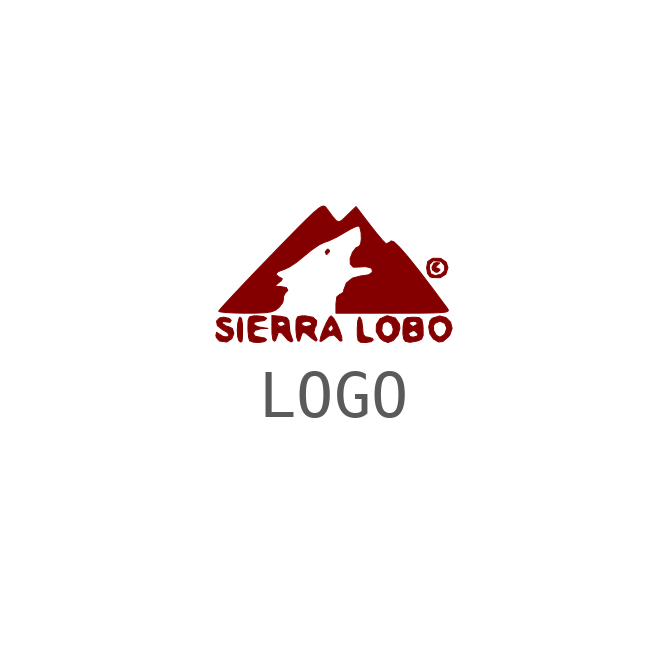
<source format=kicad_sym>
(kicad_symbol_lib
  (version 20210619)
  (generator bitmap2component)
  (symbol "LOGO"
    (pin_names
      (offset 1.016))
    (property "Reference" "#G"
      (at 0 0.81 0)
      (effects (font (size 1.27 1.27)) hide))
    (symbol "LOGO_0_0"
      (polyline (pts (xy -2.113 -1.418) (xy -2.071 -1.31) (xy -2.101 -1.21) (xy -2.19 -1.167) (xy -2.226 -1.162) (xy -2.312 -1.103) (xy -2.314 -1.063) (xy -2.229 -1.071) (xy -2.15 -1.08) (xy -2.127 -1.038) (xy -2.171 -0.997) (xy -2.283 -0.973) (xy -2.367 -0.988) (xy -2.433 -1.055) (xy -2.415 -1.147) (xy -2.311 -1.231) (xy -2.212 -1.288) (xy -2.168 -1.343) (xy -2.201 -1.384) (xy -2.287 -1.378) (xy -2.379 -1.323) (xy -2.43 -1.288) (xy -2.446 -1.346) (xy -2.438 -1.391) (xy -2.376 -1.464) (xy -2.355 -1.472) (xy -2.217 -1.49) (xy -2.113 -1.418)) (stroke (width 0.01)) (fill (type outline)))
      (polyline (pts (xy -1.904 -1.48) (xy -1.892 -1.395) (xy -1.89 -1.22) (xy -1.892 -1.124) (xy -1.911 -1) (xy -1.945 -0.973) (xy -1.961 -0.992) (xy -1.989 -1.095) (xy -2 -1.241) (xy -1.992 -1.38) (xy -1.964 -1.464) (xy -1.931 -1.491) (xy -1.904 -1.48)) (stroke (width 0.01)) (fill (type outline)))
      (polyline (pts (xy -1.436 -1.482) (xy -1.389 -1.445) (xy -1.424 -1.409) (xy -1.528 -1.389) (xy -1.625 -1.371) (xy -1.67 -1.313) (xy -1.632 -1.249) (xy -1.514 -1.214) (xy -1.362 -1.206) (xy -1.514 -1.183) (xy -1.581 -1.168) (xy -1.659 -1.122) (xy -1.642 -1.077) (xy -1.528 -1.056) (xy -1.437 -1.042) (xy -1.389 -1) (xy -1.391 -0.993) (xy -1.455 -0.959) (xy -1.584 -0.945) (xy -1.662 -0.946) (xy -1.743 -0.966) (xy -1.774 -1.036) (xy -1.778 -1.186) (xy -1.777 -1.248) (xy -1.764 -1.39) (xy -1.742 -1.464) (xy -1.741 -1.464) (xy -1.661 -1.494) (xy -1.543 -1.499) (xy -1.436 -1.482)) (stroke (width 0.01)) (fill (type outline)))
      (polyline (pts (xy -0.841 -1.464) (xy -0.87 -1.379) (xy -0.902 -1.284) (xy -0.917 -1.139) (xy -0.924 -1.045) (xy -0.972 -0.98) (xy -1.098 -0.955) (xy -1.278 -0.938) (xy -1.278 -1.112) (xy -1.167 -1.112) (xy -1.158 -1.086) (xy -1.084 -1.056) (xy -1.045 -1.062) (xy -1 -1.112) (xy -1.01 -1.137) (xy -1.084 -1.167) (xy -1.122 -1.161) (xy -1.167 -1.112) (xy -1.278 -1.112) (xy -1.278 -1.222) (xy -1.276 -1.321) (xy -1.257 -1.445) (xy -1.223 -1.473) (xy -1.201 -1.453) (xy -1.167 -1.359) (xy -1.142 -1.286) (xy -1.076 -1.302) (xy -0.986 -1.403) (xy -0.949 -1.448) (xy -0.878 -1.489) (xy -0.841 -1.464)) (stroke (width 0.01)) (fill (type outline)))
      (polyline (pts (xy -0.335 -1.444) (xy -0.387 -1.336) (xy -0.406 -1.291) (xy -0.38 -1.184) (xy -0.357 -1.151) (xy -0.345 -1.048) (xy -0.424 -0.974) (xy -0.582 -0.945) (xy -0.661 -0.946) (xy -0.743 -0.966) (xy -0.773 -1.036) (xy -0.776 -1.112) (xy -0.667 -1.112) (xy -0.646 -1.079) (xy -0.556 -1.056) (xy -0.491 -1.067) (xy -0.445 -1.112) (xy -0.465 -1.144) (xy -0.556 -1.167) (xy -0.62 -1.157) (xy -0.667 -1.112) (xy -0.776 -1.112) (xy -0.778 -1.186) (xy -0.777 -1.247) (xy -0.762 -1.391) (xy -0.736 -1.469) (xy -0.706 -1.47) (xy -0.677 -1.395) (xy -0.671 -1.363) (xy -0.64 -1.291) (xy -0.577 -1.303) (xy -0.462 -1.399) (xy -0.448 -1.412) (xy -0.359 -1.472) (xy -0.335 -1.444)) (stroke (width 0.01)) (fill (type outline)))
      (polyline (pts (xy -0.176 -1.426) (xy -0.095 -1.365) (xy 0.016 -1.343) (xy 0.101 -1.425) (xy 0.135 -1.468) (xy 0.18 -1.466) (xy 0.181 -1.463) (xy 0.175 -1.381) (xy 0.133 -1.249) (xy 0.071 -1.106) (xy 0.005 -0.992) (xy -0.046 -0.945) (xy -0.083 -0.981) (xy -0.143 -1.089) (xy -0.204 -1.226) (xy -0.111 -1.226) (xy -0.109 -1.21) (xy -0.056 -1.139) (xy -0.027 -1.134) (xy 0 -1.192) (xy -0.007 -1.233) (xy -0.056 -1.278) (xy -0.069 -1.277) (xy -0.111 -1.226) (xy -0.204 -1.226) (xy -0.207 -1.232) (xy -0.257 -1.371) (xy -0.278 -1.47) (xy -0.252 -1.478) (xy -0.176 -1.426)) (stroke (width 0.01)) (fill (type outline)))
      (polyline (pts (xy 0.785 -1.484) (xy 0.834 -1.445) (xy 0.813 -1.413) (xy 0.723 -1.389) (xy 0.674 -1.384) (xy 0.624 -1.331) (xy 0.611 -1.198) (xy 0.611 -1.181) (xy 0.593 -1.047) (xy 0.556 -0.973) (xy 0.537 -0.974) (xy 0.51 -1.052) (xy 0.5 -1.22) (xy 0.502 -1.362) (xy 0.519 -1.458) (xy 0.569 -1.495) (xy 0.667 -1.501) (xy 0.669 -1.501) (xy 0.785 -1.484)) (stroke (width 0.01)) (fill (type outline)))
      (polyline (pts (xy 1.252 -1.457) (xy 1.349 -1.343) (xy 1.389 -1.202) (xy 1.379 -1.118) (xy 1.294 -0.991) (xy 1.139 -0.945) (xy 1.111 -0.946) (xy 0.975 -1.005) (xy 0.899 -1.125) (xy 0.896 -1.264) (xy 1.01 -1.264) (xy 1.022 -1.135) (xy 1.057 -1.083) (xy 1.139 -1.063) (xy 1.216 -1.114) (xy 1.251 -1.223) (xy 1.234 -1.313) (xy 1.153 -1.379) (xy 1.063 -1.357) (xy 1.01 -1.264) (xy 0.896 -1.264) (xy 0.896 -1.272) (xy 0.977 -1.413) (xy 1.042 -1.464) (xy 1.139 -1.501) (xy 1.252 -1.457)) (stroke (width 0.01)) (fill (type outline)))
      (polyline (pts (xy 1.763 -1.466) (xy 1.84 -1.43) (xy 1.873 -1.354) (xy 1.872 -1.203) (xy 1.867 -1.132) (xy 1.844 -1.023) (xy 1.786 -0.98) (xy 1.665 -0.973) (xy 1.538 -0.982) (xy 1.478 -1.033) (xy 1.464 -1.112) (xy 1.584 -1.112) (xy 1.589 -1.077) (xy 1.667 -1.056) (xy 1.733 -1.068) (xy 1.751 -1.112) (xy 1.739 -1.127) (xy 1.667 -1.167) (xy 1.653 -1.165) (xy 1.584 -1.112) (xy 1.464 -1.112) (xy 1.455 -1.159) (xy 1.455 -1.164) (xy 1.451 -1.315) (xy 1.452 -1.32) (xy 1.57 -1.32) (xy 1.584 -1.294) (xy 1.667 -1.251) (xy 1.696 -1.256) (xy 1.765 -1.32) (xy 1.756 -1.364) (xy 1.667 -1.389) (xy 1.596 -1.376) (xy 1.57 -1.32) (xy 1.452 -1.32) (xy 1.467 -1.423) (xy 1.502 -1.474) (xy 1.596 -1.497) (xy 1.763 -1.466)) (stroke (width 0.01)) (fill (type outline)))
      (polyline (pts (xy 2.283 -1.479) (xy 2.393 -1.387) (xy 2.429 -1.344) (xy 2.477 -1.205) (xy 2.444 -1.076) (xy 2.35 -0.982) (xy 2.216 -0.947) (xy 2.063 -0.995) (xy 2.018 -1.046) (xy 1.996 -1.147) (xy 2.089 -1.147) (xy 2.121 -1.1) (xy 2.223 -1.056) (xy 2.224 -1.056) (xy 2.325 -1.101) (xy 2.366 -1.202) (xy 2.329 -1.313) (xy 2.291 -1.352) (xy 2.223 -1.389) (xy 2.15 -1.352) (xy 2.092 -1.253) (xy 2.089 -1.147) (xy 1.996 -1.147) (xy 1.989 -1.176) (xy 2.014 -1.32) (xy 2.088 -1.427) (xy 2.195 -1.489) (xy 2.283 -1.479)) (stroke (width 0.01)) (fill (type outline)))
      (polyline (pts (xy 1.522 -0.889) (xy 1.85 -0.888) (xy 2.088 -0.884) (xy 2.249 -0.877) (xy 2.345 -0.865) (xy 2.391 -0.847) (xy 2.398 -0.823) (xy 2.379 -0.79) (xy 2.068 -0.371) (xy 1.784 0.001) (xy 1.554 0.288) (xy 1.38 0.487) (xy 1.263 0.598) (xy 1.206 0.617) (xy 1.175 0.59) (xy 1.106 0.556) (xy 1.092 0.564) (xy 1.021 0.637) (xy 0.908 0.77) (xy 0.771 0.944) (xy 0.475 1.332) (xy 0.289 1.152) (xy 0.272 1.135) (xy 0.182 1.048) (xy 0.119 1.014) (xy 0.06 1.039) (xy -0.02 1.134) (xy -0.146 1.306) (xy -0.165 1.329) (xy -0.197 1.344) (xy -0.242 1.335) (xy -0.31 1.292) (xy -0.41 1.208) (xy -0.55 1.075) (xy -0.74 0.886) (xy -0.989 0.632) (xy -1.306 0.306) (xy -1.341 0.27) (xy -1.619 -0.018) (xy -1.869 -0.28) (xy -2.08 -0.504) (xy -2.244 -0.68) (xy -2.349 -0.798) (xy -2.387 -0.848) (xy -2.362 -0.86) (xy -2.246 -0.875) (xy -2.059 -0.885) (xy -1.824 -0.889) (xy -1.617 -0.888) (xy -1.42 -0.88) (xy -1.29 -0.861) (xy -1.203 -0.826) (xy -1.133 -0.772) (xy -1.133 -0.772) (xy -1.053 -0.668) (xy -1.036 -0.583) (xy -1.042 -0.551) (xy -1.004 -0.475) (xy -0.947 -0.412) (xy -0.977 -0.357) (xy -1.094 -0.334) (xy -1.181 -0.331) (xy -1.205 -0.311) (xy -1.136 -0.254) (xy -1.086 -0.215) (xy -1.061 -0.172) (xy -1.125 -0.137) (xy -1.128 -0.136) (xy -1.195 -0.083) (xy -1.157 -0.027) (xy -1.019 0.025) (xy -0.918 0.071) (xy -0.761 0.175) (xy -0.595 0.31) (xy -0.45 0.429) (xy -0.291 0.537) (xy -0.174 0.591) (xy -0.101 0.615) (xy 0.062 0.691) (xy 0.238 0.792) (xy 0.354 0.86) (xy 0.476 0.918) (xy 0.535 0.928) (xy 0.554 0.9) (xy 0.58 0.792) (xy 0.585 0.659) (xy 0.57 0.547) (xy 0.533 0.5) (xy 0.476 0.476) (xy 0.401 0.379) (xy 0.352 0.25) (xy 0.355 0.136) (xy 0.417 0.07) (xy 0.545 0.073) (xy 0.668 0.082) (xy 0.774 0.058) (xy 0.808 0.03) (xy 0.815 -0.036) (xy 0.739 -0.089) (xy 0.599 -0.111) (xy 0.578 -0.112) (xy 0.402 -0.158) (xy 0.273 -0.261) (xy 0.222 -0.398) (xy 0.208 -0.455) (xy 0.139 -0.5) (xy 0.131 -0.501) (xy 0.074 -0.551) (xy 0.056 -0.695) (xy 0.056 -0.889) (xy 1.254 -0.889) (xy 1.522 -0.889)) (stroke (width 0.01)) (fill (type outline)))
      (polyline (pts (xy 2.345 -0.077) (xy 2.39 0.06) (xy 2.353 0.174) (xy 2.24 0.252) (xy 2.085 0.255) (xy 2.059 0.248) (xy 1.969 0.186) (xy 1.946 0.061) (xy 2.001 0.061) (xy 2.01 0.127) (xy 2.084 0.203) (xy 2.224 0.194) (xy 2.251 0.183) (xy 2.322 0.1) (xy 2.322 -0.003) (xy 2.247 -0.077) (xy 2.125 -0.107) (xy 2.031 -0.067) (xy 2.001 0.061) (xy 1.946 0.061) (xy 1.945 0.059) (xy 1.965 -0.06) (xy 2.015 -0.13) (xy 2.064 -0.147) (xy 2.227 -0.15) (xy 2.345 -0.077)) (stroke (width 0.01)) (fill (type outline)))
      (polyline (pts (xy -0.133 0.336) (xy -0.083 0.389) (xy -0.075 0.411) (xy -0.108 0.445) (xy -0.124 0.443) (xy -0.167 0.389) (xy -0.166 0.377) (xy -0.142 0.334) (xy -0.133 0.336)) (stroke (width 0.01)) (fill (type outline)))
      (polyline (pts (xy 2.178 -0.032) (xy 2.223 0.009) (xy 2.218 0.026) (xy 2.154 0.056) (xy 2.122 0.066) (xy 2.168 0.111) (xy 2.178 0.118) (xy 2.218 0.157) (xy 2.154 0.166) (xy 2.099 0.151) (xy 2.057 0.065) (xy 2.07 0.009) (xy 2.14 -0.037) (xy 2.178 -0.032)) (stroke (width 0.01)) (fill (type outline))))))
</source>
